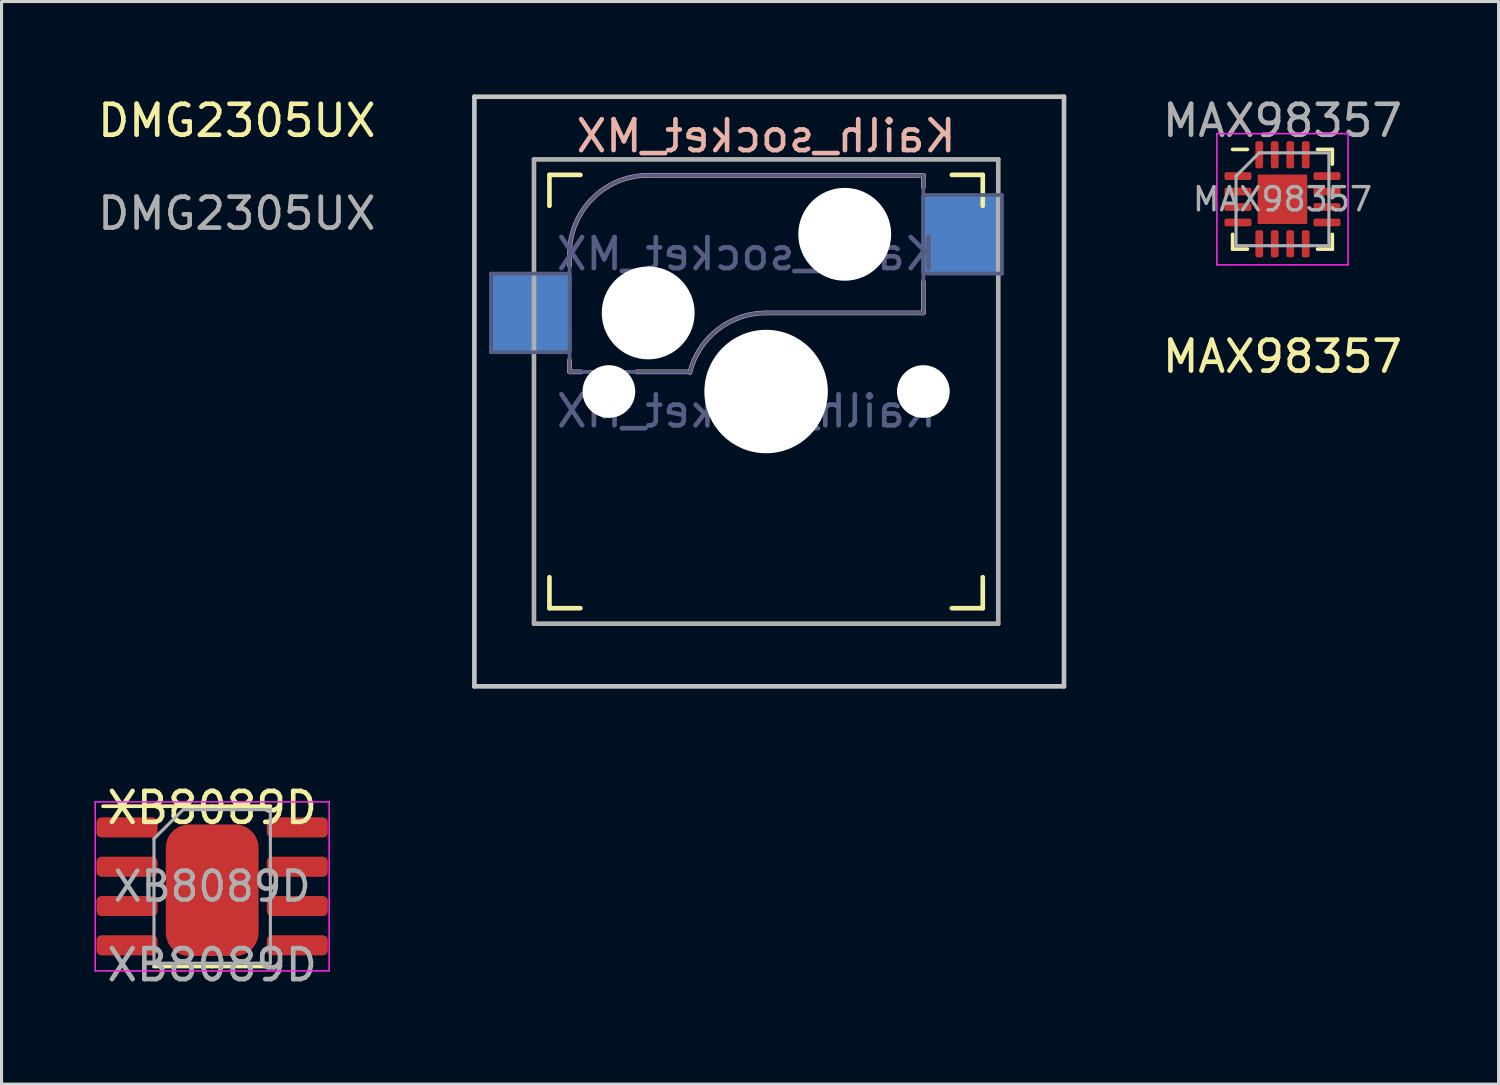
<source format=kicad_pcb>
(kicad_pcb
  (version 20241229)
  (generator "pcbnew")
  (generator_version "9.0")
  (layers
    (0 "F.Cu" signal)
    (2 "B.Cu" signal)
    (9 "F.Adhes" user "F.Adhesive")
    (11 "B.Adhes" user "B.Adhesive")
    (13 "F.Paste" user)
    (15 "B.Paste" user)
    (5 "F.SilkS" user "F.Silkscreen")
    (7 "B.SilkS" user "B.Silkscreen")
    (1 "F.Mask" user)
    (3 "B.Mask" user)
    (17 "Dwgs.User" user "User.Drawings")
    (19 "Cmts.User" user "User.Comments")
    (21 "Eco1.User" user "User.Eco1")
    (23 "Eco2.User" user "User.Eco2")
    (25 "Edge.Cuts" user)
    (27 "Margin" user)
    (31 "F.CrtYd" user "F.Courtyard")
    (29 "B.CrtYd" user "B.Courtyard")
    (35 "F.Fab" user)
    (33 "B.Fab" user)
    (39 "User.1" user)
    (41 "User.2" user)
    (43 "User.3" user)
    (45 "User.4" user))
  (footprint "DMG2305UX"
    (layer "F.Cu")
    (at 4.601 1.348)
    (property "Reference" "DMG2305UX" (at 0 -0.5 0) (unlocked yes) (layer "F.SilkS") (effects (font (size 1 1) (thickness 0.15))))
    (attr smd)
    (fp_text user "${REFERENCE}" (at 0 2.5 0) (unlocked yes) (layer "F.Fab") (effects (font (size 1 1) (thickness 0.15)))))
  (footprint "Kailh_socket_MX"
    (layer "F.Cu")
    (at 21.702 9.6)
    (property "Reference" "Kailh_socket_MX" (at 0 -8.255 0) (layer "B.SilkS") (effects (font (size 1 1) (thickness 0.15)) (justify mirror)))
    (property "Value" "Kailh_socket_MX" (at 0 8.255 0) (layer "F.Fab") (hide yes) (effects (font (size 1 1) (thickness 0.15))))
    (attr smd)
    (fp_line (start -7 -6) (end -7 -7) (stroke (width 0.15) (type solid)) (layer "F.SilkS"))
    (fp_line (start -7 7) (end -7 6) (stroke (width 0.15) (type solid)) (layer "F.SilkS"))
    (fp_line (start -7 7) (end -6 7) (stroke (width 0.15) (type solid)) (layer "F.SilkS"))
    (fp_line (start -6 -7) (end -7 -7) (stroke (width 0.15) (type solid)) (layer "F.SilkS"))
    (fp_line (start 6 7) (end 7 7) (stroke (width 0.15) (type solid)) (layer "F.SilkS"))
    (fp_line (start 7 -7) (end 6 -7) (stroke (width 0.15) (type solid)) (layer "F.SilkS"))
    (fp_line (start 7 -7) (end 7 -6) (stroke (width 0.15) (type solid)) (layer "F.SilkS"))
    (fp_line (start 7 6) (end 7 7) (stroke (width 0.15) (type solid)) (layer "F.SilkS"))
    (fp_line (start -6.35 -4.445) (end -6.35 -4.064) (stroke (width 0.15) (type solid)) (layer "B.SilkS"))
    (fp_line (start -6.35 -1.016) (end -6.35 -0.635) (stroke (width 0.15) (type solid)) (layer "B.SilkS"))
    (fp_line (start -5.969 -0.635) (end -6.35 -0.635) (stroke (width 0.15) (type solid)) (layer "B.SilkS"))
    (fp_line (start -3.81 -6.985) (end 5.08 -6.985) (stroke (width 0.15) (type solid)) (layer "B.SilkS"))
    (fp_line (start -2.464 -0.635) (end -4.191 -0.635) (stroke (width 0.15) (type solid)) (layer "B.SilkS"))
    (fp_line (start 5.08 -6.985) (end 5.08 -6.604) (stroke (width 0.15) (type solid)) (layer "B.SilkS"))
    (fp_line (start 5.08 -3.556) (end 5.08 -2.54) (stroke (width 0.15) (type solid)) (layer "B.SilkS"))
    (fp_line (start 5.08 -2.54) (end 0 -2.54) (stroke (width 0.15) (type solid)) (layer "B.SilkS"))
    (fp_arc (start -6.35 -4.445) (mid -5.606051 -6.241051) (end -3.81 -6.985) (stroke (width 0.15) (type solid)) (layer "B.SilkS"))
    (fp_arc (start -2.464162 -0.61604) (mid -1.563147 -2.002042) (end 0 -2.54) (stroke (width 0.15) (type solid)) (layer "B.SilkS"))
    (fp_line (start -9.425 -9.525) (end 9.625 -9.525) (stroke (width 0.15) (type solid)) (layer "Dwgs.User"))
    (fp_line (start -9.425 9.525) (end -9.425 -9.525) (stroke (width 0.15) (type solid)) (layer "Dwgs.User"))
    (fp_line (start 9.625 -9.525) (end 9.625 9.525) (stroke (width 0.15) (type solid)) (layer "Dwgs.User"))
    (fp_line (start 9.625 9.525) (end -9.425 9.525) (stroke (width 0.15) (type solid)) (layer "Dwgs.User"))
    (fp_line (start -6.9 6.9) (end -6.9 -6.9) (stroke (width 0.15) (type solid)) (layer "Eco2.User"))
    (fp_line (start -6.9 6.9) (end 6.9 6.9) (stroke (width 0.15) (type solid)) (layer "Eco2.User"))
    (fp_line (start 6.9 -6.9) (end -6.9 -6.9) (stroke (width 0.15) (type solid)) (layer "Eco2.User"))
    (fp_line (start 6.9 -6.9) (end 6.9 6.9) (stroke (width 0.15) (type solid)) (layer "Eco2.User"))
    (fp_line (start -8.89 -3.81) (end -6.35 -3.81) (stroke (width 0.12) (type solid)) (layer "B.Fab"))
    (fp_line (start -8.89 -1.27) (end -8.89 -3.81) (stroke (width 0.12) (type solid)) (layer "B.Fab"))
    (fp_line (start -6.35 -1.27) (end -8.89 -1.27) (stroke (width 0.12) (type solid)) (layer "B.Fab"))
    (fp_line (start -6.35 -0.635) (end -6.35 -4.445) (stroke (width 0.12) (type solid)) (layer "B.Fab"))
    (fp_line (start -6.35 -0.635) (end -2.54 -0.635) (stroke (width 0.12) (type solid)) (layer "B.Fab"))
    (fp_line (start -3.81 -6.985) (end 5.08 -6.985) (stroke (width 0.12) (type solid)) (layer "B.Fab"))
    (fp_line (start 5.08 -6.985) (end 5.08 -2.54) (stroke (width 0.12) (type solid)) (layer "B.Fab"))
    (fp_line (start 5.08 -6.35) (end 7.62 -6.35) (stroke (width 0.12) (type solid)) (layer "B.Fab"))
    (fp_line (start 5.08 -2.54) (end 0 -2.54) (stroke (width 0.12) (type solid)) (layer "B.Fab"))
    (fp_line (start 7.62 -6.35) (end 7.62 -3.81) (stroke (width 0.12) (type solid)) (layer "B.Fab"))
    (fp_line (start 7.62 -3.81) (end 5.08 -3.81) (stroke (width 0.12) (type solid)) (layer "B.Fab"))
    (fp_arc (start -6.35 -4.445) (mid -5.606051 -6.241051) (end -3.81 -6.985) (stroke (width 0.12) (type solid)) (layer "B.Fab"))
    (fp_arc (start -2.464162 -0.61604) (mid -1.563147 -2.002042) (end 0 -2.54) (stroke (width 0.12) (type solid)) (layer "B.Fab"))
    (fp_line (start -7.5 -7.5) (end 7.5 -7.5) (stroke (width 0.15) (type solid)) (layer "F.Fab"))
    (fp_line (start -7.5 7.5) (end -7.5 -7.5) (stroke (width 0.15) (type solid)) (layer "F.Fab"))
    (fp_line (start 7.5 -7.5) (end 7.5 7.5) (stroke (width 0.15) (type solid)) (layer "F.Fab"))
    (fp_line (start 7.5 7.5) (end -7.5 7.5) (stroke (width 0.15) (type solid)) (layer "F.Fab"))
    (fp_text user "${VALUE}" (at -0.635 0.635 0) (layer "B.Fab") (effects (font (size 1 1) (thickness 0.15)) (justify mirror)))
    (fp_text user "${REFERENCE}" (at -0.635 -4.445 0) (layer "B.Fab") (effects (font (size 1 1) (thickness 0.15)) (justify mirror)))
    (pad "" np_thru_hole circle (at -5.08 0) (size 1.702 1.702) (drill 1.702) (layers "*.Cu" "*.Mask"))
    (pad "" np_thru_hole circle (at -3.81 -2.54) (size 3 3) (drill 3) (layers "*.Cu" "*.Mask"))
    (pad "" np_thru_hole circle (at 0 0) (size 3.988 3.988) (drill 3.988) (layers "*.Cu" "*.Mask"))
    (pad "" np_thru_hole circle (at 2.54 -5.08) (size 3 3) (drill 3) (layers "*.Cu" "*.Mask"))
    (pad "" np_thru_hole circle (at 5.08 0) (size 1.702 1.702) (drill 1.702) (layers "*.Cu" "*.Mask"))
    (pad "1" smd rect (at 6.29 -5.08) (size 2.55 2.5) (layers "B.Cu" "B.Mask" "B.Paste"))
    (pad "2" smd rect (at -7.56 -2.54) (size 2.55 2.5) (layers "B.Cu" "B.Mask" "B.Paste")))
  (footprint "XB8089D"
    (layer "F.Cu")
    (at 3.805 25.588)
    (property "Reference" "XB8089D" (at 0 -2.54 0) (unlocked yes) (layer "F.SilkS") (effects (font (size 1 1) (thickness 0.15))))
    (attr smd)
    (fp_line (start 0 -2.59) (end -3.525 -2.59) (stroke (width 0.12) (type solid)) (layer "F.SilkS"))
    (fp_line (start 0 -2.59) (end 1.88 -2.59) (stroke (width 0.12) (type solid)) (layer "F.SilkS"))
    (fp_line (start 0 2.59) (end -1.88 2.59) (stroke (width 0.12) (type solid)) (layer "F.SilkS"))
    (fp_line (start 0 2.59) (end 1.88 2.59) (stroke (width 0.12) (type solid)) (layer "F.SilkS"))
    (fp_line (start -3.78 -2.73) (end -3.78 2.73) (stroke (width 0.05) (type solid)) (layer "F.CrtYd"))
    (fp_line (start -3.78 2.73) (end 3.78 2.73) (stroke (width 0.05) (type solid)) (layer "F.CrtYd"))
    (fp_line (start 3.78 -2.73) (end -3.78 -2.73) (stroke (width 0.05) (type solid)) (layer "F.CrtYd"))
    (fp_line (start 3.78 2.73) (end 3.78 -2.73) (stroke (width 0.05) (type solid)) (layer "F.CrtYd"))
    (fp_line (start -1.88 -1.54) (end -0.94 -2.48) (stroke (width 0.1) (type solid)) (layer "F.Fab"))
    (fp_line (start -1.88 2.48) (end -1.88 -1.54) (stroke (width 0.1) (type solid)) (layer "F.Fab"))
    (fp_line (start -0.94 -2.48) (end 1.88 -2.48) (stroke (width 0.1) (type solid)) (layer "F.Fab"))
    (fp_line (start 1.88 -2.48) (end 1.88 2.48) (stroke (width 0.1) (type solid)) (layer "F.Fab"))
    (fp_line (start 1.88 2.48) (end -1.88 2.48) (stroke (width 0.1) (type solid)) (layer "F.Fab"))
    (fp_text user "${REFERENCE}" (at 0 2.54 0) (unlocked yes) (layer "F.Fab") (effects (font (size 1 1) (thickness 0.15))))
    (fp_text user "${REFERENCE}" (at 0 0 0) (layer "F.Fab") (effects (font (size 0.94 0.94) (thickness 0.14))))
    (pad "1" smd roundrect (at -2.75 -1.905) (size 1.975 0.65) (layers "F.Cu" "F.Mask" "F.Paste") (roundrect_rratio 0.25))
    (pad "2" smd roundrect (at -2.75 -0.635) (size 1.975 0.65) (layers "F.Cu" "F.Mask" "F.Paste") (roundrect_rratio 0.25))
    (pad "3" smd roundrect (at -2.75 0.635) (size 1.975 0.65) (layers "F.Cu" "F.Mask" "F.Paste") (roundrect_rratio 0.25))
    (pad "4" smd roundrect (at -2.75 1.905) (size 1.975 0.65) (layers "F.Cu" "F.Mask" "F.Paste") (roundrect_rratio 0.25))
    (pad "5" smd roundrect (at 2.75 1.905) (size 1.975 0.65) (layers "F.Cu" "F.Mask" "F.Paste") (roundrect_rratio 0.25))
    (pad "6" smd roundrect (at 2.75 0.635) (size 1.975 0.65) (layers "F.Cu" "F.Mask" "F.Paste") (roundrect_rratio 0.25))
    (pad "7" smd roundrect (at 2.75 -0.635) (size 1.975 0.65) (layers "F.Cu" "F.Mask" "F.Paste") (roundrect_rratio 0.25))
    (pad "8" smd roundrect (at 2.75 -1.905) (size 1.975 0.65) (layers "F.Cu" "F.Mask" "F.Paste") (roundrect_rratio 0.25))
    (pad "9" smd roundrect (at 0 0.125) (size 3 4.25) (layers "F.Cu" "F.Mask" "F.Paste") (roundrect_rratio 0.25)))
  (footprint "MAX98357"
    (layer "F.Cu")
    (at 38.385 3.388)
    (property "Reference" "MAX98357" (at 0 5.08 0) (unlocked yes) (layer "F.SilkS") (effects (font (size 1 1) (thickness 0.15))))
    (attr smd)
    (fp_line (start -1.61 1.61) (end -1.61 1.135) (stroke (width 0.12) (type solid)) (layer "F.SilkS"))
    (fp_line (start -1.135 -1.61) (end -1.61 -1.61) (stroke (width 0.12) (type solid)) (layer "F.SilkS"))
    (fp_line (start -1.135 1.61) (end -1.61 1.61) (stroke (width 0.12) (type solid)) (layer "F.SilkS"))
    (fp_line (start 1.135 -1.61) (end 1.61 -1.61) (stroke (width 0.12) (type solid)) (layer "F.SilkS"))
    (fp_line (start 1.135 1.61) (end 1.61 1.61) (stroke (width 0.12) (type solid)) (layer "F.SilkS"))
    (fp_line (start 1.61 -1.61) (end 1.61 -1.135) (stroke (width 0.12) (type solid)) (layer "F.SilkS"))
    (fp_line (start 1.61 1.61) (end 1.61 1.135) (stroke (width 0.12) (type solid)) (layer "F.SilkS"))
    (fp_line (start -2.12 -2.12) (end -2.12 2.12) (stroke (width 0.05) (type solid)) (layer "F.CrtYd"))
    (fp_line (start -2.12 2.12) (end 2.12 2.12) (stroke (width 0.05) (type solid)) (layer "F.CrtYd"))
    (fp_line (start 2.12 -2.12) (end -2.12 -2.12) (stroke (width 0.05) (type solid)) (layer "F.CrtYd"))
    (fp_line (start 2.12 2.12) (end 2.12 -2.12) (stroke (width 0.05) (type solid)) (layer "F.CrtYd"))
    (fp_line (start -1.5 -0.75) (end -0.75 -1.5) (stroke (width 0.1) (type solid)) (layer "F.Fab"))
    (fp_line (start -1.5 1.5) (end -1.5 -0.75) (stroke (width 0.1) (type solid)) (layer "F.Fab"))
    (fp_line (start -0.75 -1.5) (end 1.5 -1.5) (stroke (width 0.1) (type solid)) (layer "F.Fab"))
    (fp_line (start 1.5 -1.5) (end 1.5 1.5) (stroke (width 0.1) (type solid)) (layer "F.Fab"))
    (fp_line (start 1.5 1.5) (end -1.5 1.5) (stroke (width 0.1) (type solid)) (layer "F.Fab"))
    (fp_text user "${REFERENCE}" (at 0 -2.54 0) (unlocked yes) (layer "F.Fab") (effects (font (size 1 1) (thickness 0.15))))
    (fp_text user "${REFERENCE}" (at 0 0 0) (layer "F.Fab") (effects (font (size 0.75 0.75) (thickness 0.11))))
    (pad "" smd roundrect (at -0.4 -0.4) (size 0.64 0.64) (layers "F.Paste") (roundrect_rratio 0.25))
    (pad "" smd roundrect (at -0.4 0.4) (size 0.64 0.64) (layers "F.Paste") (roundrect_rratio 0.25))
    (pad "" smd roundrect (at 0.4 -0.4) (size 0.64 0.64) (layers "F.Paste") (roundrect_rratio 0.25))
    (pad "" smd roundrect (at 0.4 0.4) (size 0.64 0.64) (layers "F.Paste") (roundrect_rratio 0.25))
    (pad "1" smd roundrect (at -1.438 -0.75) (size 0.875 0.25) (layers "F.Cu" "F.Mask" "F.Paste") (roundrect_rratio 0.25))
    (pad "2" smd roundrect (at -1.438 -0.25) (size 0.875 0.25) (layers "F.Cu" "F.Mask" "F.Paste") (roundrect_rratio 0.25))
    (pad "3" smd roundrect (at -1.438 0.25) (size 0.875 0.25) (layers "F.Cu" "F.Mask" "F.Paste") (roundrect_rratio 0.25))
    (pad "4" smd roundrect (at -1.438 0.75) (size 0.875 0.25) (layers "F.Cu" "F.Mask" "F.Paste") (roundrect_rratio 0.25))
    (pad "5" smd roundrect (at -0.75 1.438) (size 0.25 0.875) (layers "F.Cu" "F.Mask" "F.Paste") (roundrect_rratio 0.25))
    (pad "6" smd roundrect (at -0.25 1.438) (size 0.25 0.875) (layers "F.Cu" "F.Mask" "F.Paste") (roundrect_rratio 0.25))
    (pad "7" smd roundrect (at 0.25 1.438) (size 0.25 0.875) (layers "F.Cu" "F.Mask" "F.Paste") (roundrect_rratio 0.25))
    (pad "8" smd roundrect (at 0.75 1.438) (size 0.25 0.875) (layers "F.Cu" "F.Mask" "F.Paste") (roundrect_rratio 0.25))
    (pad "9" smd roundrect (at 1.438 0.75) (size 0.875 0.25) (layers "F.Cu" "F.Mask" "F.Paste") (roundrect_rratio 0.25))
    (pad "10" smd roundrect (at 1.438 0.25) (size 0.875 0.25) (layers "F.Cu" "F.Mask" "F.Paste") (roundrect_rratio 0.25))
    (pad "11" smd roundrect (at 1.438 -0.25) (size 0.875 0.25) (layers "F.Cu" "F.Mask" "F.Paste") (roundrect_rratio 0.25))
    (pad "12" smd roundrect (at 1.438 -0.75) (size 0.875 0.25) (layers "F.Cu" "F.Mask" "F.Paste") (roundrect_rratio 0.25))
    (pad "13" smd roundrect (at 0.75 -1.438) (size 0.25 0.875) (layers "F.Cu" "F.Mask" "F.Paste") (roundrect_rratio 0.25))
    (pad "14" smd roundrect (at 0.25 -1.438) (size 0.25 0.875) (layers "F.Cu" "F.Mask" "F.Paste") (roundrect_rratio 0.25))
    (pad "15" smd roundrect (at -0.25 -1.438) (size 0.25 0.875) (layers "F.Cu" "F.Mask" "F.Paste") (roundrect_rratio 0.25))
    (pad "16" smd roundrect (at -0.75 -1.438) (size 0.25 0.875) (layers "F.Cu" "F.Mask" "F.Paste") (roundrect_rratio 0.25))
    (pad "17" smd rect (at 0 0) (size 1.6 1.6) (layers "F.Cu" "F.Mask")))
  (gr_rect
    (start -3 -3)
    (end 45.367 31.977)
    (stroke (width 0.1) (type default))
    (fill no)
    (layer "Edge.Cuts")))
</source>
